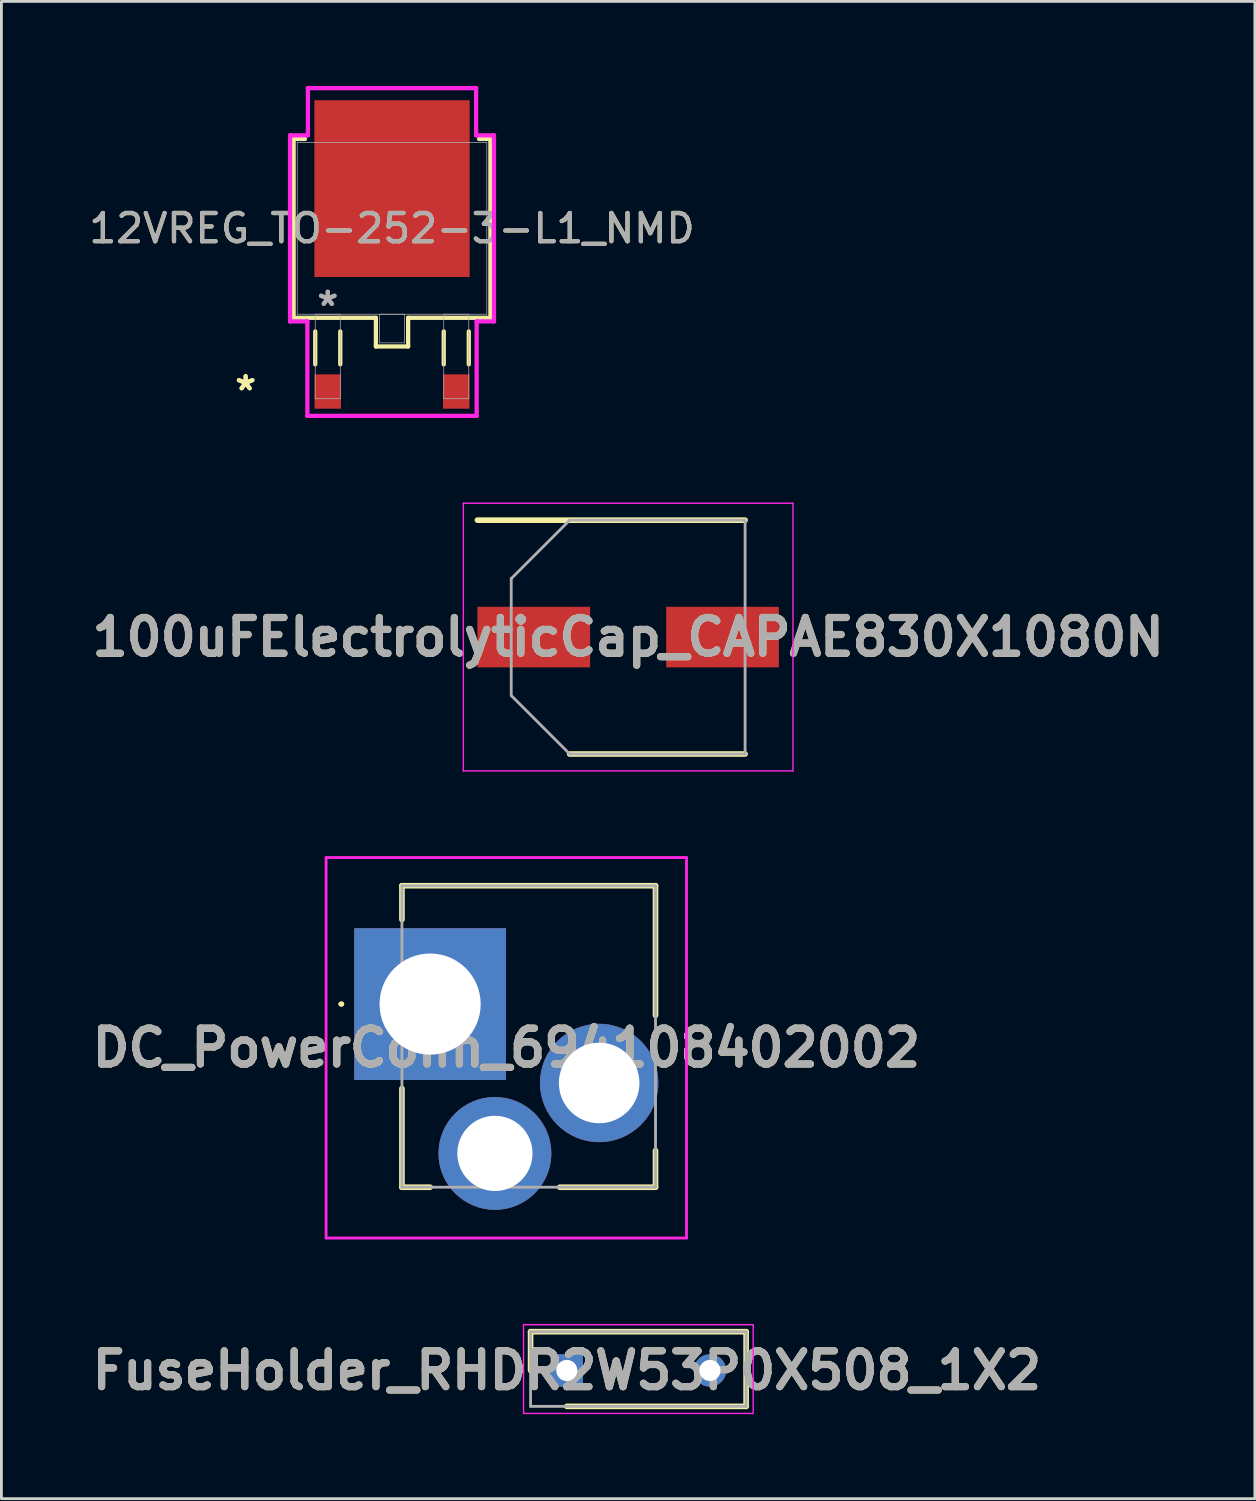
<source format=kicad_pcb>
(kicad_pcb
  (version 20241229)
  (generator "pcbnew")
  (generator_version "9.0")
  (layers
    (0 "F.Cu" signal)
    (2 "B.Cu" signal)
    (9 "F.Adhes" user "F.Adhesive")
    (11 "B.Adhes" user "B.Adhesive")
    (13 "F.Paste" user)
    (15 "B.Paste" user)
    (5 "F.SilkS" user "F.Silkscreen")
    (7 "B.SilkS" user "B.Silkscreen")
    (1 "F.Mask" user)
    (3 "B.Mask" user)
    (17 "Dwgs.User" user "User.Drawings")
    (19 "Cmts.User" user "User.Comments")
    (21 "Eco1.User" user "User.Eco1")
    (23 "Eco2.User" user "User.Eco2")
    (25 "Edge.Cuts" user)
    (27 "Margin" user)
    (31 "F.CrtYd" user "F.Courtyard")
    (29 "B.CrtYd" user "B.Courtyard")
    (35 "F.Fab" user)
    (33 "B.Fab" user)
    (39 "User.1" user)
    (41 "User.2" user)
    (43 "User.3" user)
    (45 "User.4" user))
  (footprint "12VREG_TO-252-3-L1_NMD"
    (layer "F.Cu")
    (at 10.863 5.055)
    (property "Reference" "12VREG_TO-252-3-L1_NMD" (at 0 0 0) (unlocked yes) (layer "F.SilkS") (effects (font (size 1 1) (thickness 0.15))))
    (attr smd)
    (fp_line (start -3.493 -3.175) (end -3.493 3.175) (stroke (width 0.152) (type solid)) (layer "F.SilkS"))
    (fp_line (start -3.493 3.175) (end -0.572 3.175) (stroke (width 0.152) (type solid)) (layer "F.SilkS"))
    (fp_line (start -3.089 -3.175) (end -3.493 -3.175) (stroke (width 0.152) (type solid)) (layer "F.SilkS"))
    (fp_line (start -2.725 3.658) (end -2.725 4.826) (stroke (width 0.152) (type solid)) (layer "F.SilkS"))
    (fp_line (start -1.836 3.658) (end -1.836 4.826) (stroke (width 0.152) (type solid)) (layer "F.SilkS"))
    (fp_line (start -0.572 3.175) (end -0.572 4.191) (stroke (width 0.152) (type solid)) (layer "F.SilkS"))
    (fp_line (start -0.572 4.191) (end 0.572 4.191) (stroke (width 0.152) (type solid)) (layer "F.SilkS"))
    (fp_line (start 0.572 3.175) (end 3.493 3.175) (stroke (width 0.152) (type solid)) (layer "F.SilkS"))
    (fp_line (start 0.572 4.191) (end 0.572 3.175) (stroke (width 0.152) (type solid)) (layer "F.SilkS"))
    (fp_line (start 1.836 3.658) (end 1.836 4.826) (stroke (width 0.152) (type solid)) (layer "F.SilkS"))
    (fp_line (start 2.725 3.658) (end 2.725 4.826) (stroke (width 0.152) (type solid)) (layer "F.SilkS"))
    (fp_line (start 3.493 -3.175) (end 3.089 -3.175) (stroke (width 0.152) (type solid)) (layer "F.SilkS"))
    (fp_line (start 3.493 3.175) (end 3.493 -3.175) (stroke (width 0.152) (type solid)) (layer "F.SilkS"))
    (fp_line (start -3.619 -3.302) (end -2.985 -3.302) (stroke (width 0.152) (type solid)) (layer "F.CrtYd"))
    (fp_line (start -3.619 3.302) (end -3.619 -3.302) (stroke (width 0.152) (type solid)) (layer "F.CrtYd"))
    (fp_line (start -3.004 3.302) (end -3.619 3.302) (stroke (width 0.152) (type solid)) (layer "F.CrtYd"))
    (fp_line (start -3.004 6.655) (end -3.004 3.302) (stroke (width 0.152) (type solid)) (layer "F.CrtYd"))
    (fp_line (start -2.985 -4.978) (end 2.985 -4.978) (stroke (width 0.152) (type solid)) (layer "F.CrtYd"))
    (fp_line (start -2.985 -3.302) (end -2.985 -4.978) (stroke (width 0.152) (type solid)) (layer "F.CrtYd"))
    (fp_line (start 2.985 -4.978) (end 2.985 -3.302) (stroke (width 0.152) (type solid)) (layer "F.CrtYd"))
    (fp_line (start 2.985 -3.302) (end 3.619 -3.302) (stroke (width 0.152) (type solid)) (layer "F.CrtYd"))
    (fp_line (start 3.004 3.302) (end 3.004 6.655) (stroke (width 0.152) (type solid)) (layer "F.CrtYd"))
    (fp_line (start 3.004 6.655) (end -3.004 6.655) (stroke (width 0.152) (type solid)) (layer "F.CrtYd"))
    (fp_line (start 3.619 -3.302) (end 3.619 3.302) (stroke (width 0.152) (type solid)) (layer "F.CrtYd"))
    (fp_line (start 3.619 3.302) (end 3.004 3.302) (stroke (width 0.152) (type solid)) (layer "F.CrtYd"))
    (fp_line (start -3.365 -3.048) (end -3.365 3.048) (stroke (width 0.025) (type solid)) (layer "F.Fab"))
    (fp_line (start -3.365 3.048) (end 3.365 3.048) (stroke (width 0.025) (type solid)) (layer "F.Fab"))
    (fp_line (start -2.725 3.048) (end -2.725 6.045) (stroke (width 0.025) (type solid)) (layer "F.Fab"))
    (fp_line (start -2.725 6.045) (end -1.836 6.045) (stroke (width 0.025) (type solid)) (layer "F.Fab"))
    (fp_line (start -1.836 3.048) (end -2.725 3.048) (stroke (width 0.025) (type solid)) (layer "F.Fab"))
    (fp_line (start -1.836 6.045) (end -1.836 3.048) (stroke (width 0.025) (type solid)) (layer "F.Fab"))
    (fp_line (start -0.445 3.048) (end -0.445 4.064) (stroke (width 0.025) (type solid)) (layer "F.Fab"))
    (fp_line (start -0.445 4.064) (end 0.445 4.064) (stroke (width 0.025) (type solid)) (layer "F.Fab"))
    (fp_line (start 0.445 3.048) (end -0.445 3.048) (stroke (width 0.025) (type solid)) (layer "F.Fab"))
    (fp_line (start 0.445 4.064) (end 0.445 3.048) (stroke (width 0.025) (type solid)) (layer "F.Fab"))
    (fp_line (start 1.836 3.048) (end 1.836 6.045) (stroke (width 0.025) (type solid)) (layer "F.Fab"))
    (fp_line (start 1.836 6.045) (end 2.725 6.045) (stroke (width 0.025) (type solid)) (layer "F.Fab"))
    (fp_line (start 2.725 3.048) (end 1.836 3.048) (stroke (width 0.025) (type solid)) (layer "F.Fab"))
    (fp_line (start 2.725 6.045) (end 2.725 3.048) (stroke (width 0.025) (type solid)) (layer "F.Fab"))
    (fp_line (start 3.365 -3.048) (end -3.365 -3.048) (stroke (width 0.025) (type solid)) (layer "F.Fab"))
    (fp_line (start 3.365 3.048) (end 3.365 -3.048) (stroke (width 0.025) (type solid)) (layer "F.Fab"))
    (fp_text user "*" (at -5.195 5.791 0) (layer "F.SilkS") (effects (font (size 1 1) (thickness 0.15))))
    (fp_text user "*" (at -5.195 5.791 0) (unlocked yes) (layer "F.SilkS") (effects (font (size 1 1) (thickness 0.15))))
    (fp_text user "*" (at -2.28 2.794 0) (unlocked yes) (layer "F.Fab") (effects (font (size 1 1) (thickness 0.15))))
    (fp_text user "*" (at -2.28 2.794 0) (layer "F.Fab") (effects (font (size 1 1) (thickness 0.15))))
    (fp_text user "${REFERENCE}" (at 0 0 0) (unlocked yes) (layer "F.Fab") (effects (font (size 1 1) (thickness 0.15))))
    (pad "1" smd rect (at -2.28 5.791) (size 0.94 1.219) (layers "F.Cu" "F.Mask" "F.Paste"))
    (pad "2" smd rect (at 0 -1.41) (size 5.512 6.274) (layers "F.Cu" "F.Mask" "F.Paste"))
    (pad "3" smd rect (at 2.28 5.791) (size 0.94 1.219) (layers "F.Cu" "F.Mask" "F.Paste")))
  (footprint "FuseHolder_RHDR2W53P0X508_1X2"
    (layer "F.Cu")
    (at 17.066 45.589)
    (property "Reference" "FuseHolder_RHDR2W53P0X508_1X2" (at 0 0 0) (layer "F.SilkS") (effects (font (size 1.27 1.27) (thickness 0.254))))
    (attr through_hole)
    (fp_line (start -1.285 -1.375) (end -1.285 0) (stroke (width 0.2) (type solid)) (layer "F.SilkS"))
    (fp_line (start 0 1.275) (end 6.365 1.275) (stroke (width 0.2) (type solid)) (layer "F.SilkS"))
    (fp_line (start 6.365 -1.375) (end -1.285 -1.375) (stroke (width 0.2) (type solid)) (layer "F.SilkS"))
    (fp_line (start 6.365 1.275) (end 6.365 -1.375) (stroke (width 0.2) (type solid)) (layer "F.SilkS"))
    (fp_line (start -1.535 -1.625) (end 6.615 -1.625) (stroke (width 0.05) (type solid)) (layer "F.CrtYd"))
    (fp_line (start -1.535 1.525) (end -1.535 -1.625) (stroke (width 0.05) (type solid)) (layer "F.CrtYd"))
    (fp_line (start 6.615 -1.625) (end 6.615 1.525) (stroke (width 0.05) (type solid)) (layer "F.CrtYd"))
    (fp_line (start 6.615 1.525) (end -1.535 1.525) (stroke (width 0.05) (type solid)) (layer "F.CrtYd"))
    (fp_line (start -1.285 -1.375) (end 6.365 -1.375) (stroke (width 0.1) (type solid)) (layer "F.Fab"))
    (fp_line (start -1.285 1.275) (end -1.285 -1.375) (stroke (width 0.1) (type solid)) (layer "F.Fab"))
    (fp_line (start 6.365 -1.375) (end 6.365 1.275) (stroke (width 0.1) (type solid)) (layer "F.Fab"))
    (fp_line (start 6.365 1.275) (end -1.285 1.275) (stroke (width 0.1) (type solid)) (layer "F.Fab"))
    (fp_text user "${REFERENCE}" (at 0 0 0) (layer "F.Fab") (effects (font (size 1.27 1.27) (thickness 0.254))))
    (pad "1" thru_hole rect (at 0 0) (size 1.15 1.15) (drill 0.75) (layers "*.Cu" "*.Mask"))
    (pad "2" thru_hole circle (at 5.08 0) (size 1.15 1.15) (drill 0.75) (layers "*.Cu" "*.Mask")))
  (footprint "DC_PowerConn_694108402002"
    (layer "F.Cu")
    (at 12.215 32.586)
    (property "Reference" "DC_PowerConn_694108402002" (at 2.704 1.552 0) (layer "F.SilkS") (effects (font (size 1.27 1.27) (thickness 0.254))))
    (attr through_hole)
    (fp_line (start -3.2 0) (end -3.2 0) (stroke (width 0.1) (type solid)) (layer "F.SilkS"))
    (fp_line (start -3.1 0) (end -3.1 0) (stroke (width 0.1) (type solid)) (layer "F.SilkS"))
    (fp_line (start -1 -4.2) (end 8 -4.2) (stroke (width 0.2) (type solid)) (layer "F.SilkS"))
    (fp_line (start -1 -3) (end -1 -4.2) (stroke (width 0.2) (type solid)) (layer "F.SilkS"))
    (fp_line (start -1 3) (end -1 6.5) (stroke (width 0.2) (type solid)) (layer "F.SilkS"))
    (fp_line (start -1 6.5) (end 0 6.5) (stroke (width 0.2) (type solid)) (layer "F.SilkS"))
    (fp_line (start 8 -4.2) (end 8 0.4) (stroke (width 0.2) (type solid)) (layer "F.SilkS"))
    (fp_line (start 8 5.2) (end 8 6.5) (stroke (width 0.2) (type solid)) (layer "F.SilkS"))
    (fp_line (start 8 6.5) (end 4.6 6.5) (stroke (width 0.2) (type solid)) (layer "F.SilkS"))
    (fp_arc (start -3.2 0) (mid -3.15 -0.05) (end -3.1 0) (stroke (width 0.1) (type solid)) (layer "F.SilkS"))
    (fp_arc (start -3.1 0) (mid -3.15 0.05) (end -3.2 0) (stroke (width 0.1) (type solid)) (layer "F.SilkS"))
    (fp_line (start -3.692 -5.2) (end 9.1 -5.2) (stroke (width 0.1) (type solid)) (layer "F.CrtYd"))
    (fp_line (start -3.692 8.303) (end -3.692 -5.2) (stroke (width 0.1) (type solid)) (layer "F.CrtYd"))
    (fp_line (start 9.1 -5.2) (end 9.1 8.303) (stroke (width 0.1) (type solid)) (layer "F.CrtYd"))
    (fp_line (start 9.1 8.303) (end -3.692 8.303) (stroke (width 0.1) (type solid)) (layer "F.CrtYd"))
    (fp_line (start -1 -4.2) (end 8 -4.2) (stroke (width 0.1) (type solid)) (layer "F.Fab"))
    (fp_line (start -1 6.5) (end -1 -4.2) (stroke (width 0.1) (type solid)) (layer "F.Fab"))
    (fp_line (start 8 -4.2) (end 8 6.5) (stroke (width 0.1) (type solid)) (layer "F.Fab"))
    (fp_line (start 8 6.5) (end -1 6.5) (stroke (width 0.1) (type solid)) (layer "F.Fab"))
    (fp_text user "${REFERENCE}" (at 2.704 1.552 0) (layer "F.Fab") (effects (font (size 1.27 1.27) (thickness 0.254))))
    (pad "1" thru_hole rect (at 0 0) (size 5.385 5.385) (drill 3.59) (layers "*.Cu" "*.Mask"))
    (pad "2" thru_hole circle (at 2.3 5.3) (size 4.005 4.005) (drill 2.67) (layers "*.Cu" "*.Mask"))
    (pad "3" thru_hole circle (at 6 2.8) (size 4.2 4.2) (drill 2.86) (layers "*.Cu" "*.Mask")))
  (footprint "100uFElectrolyticCap_CAPAE830X1080N"
    (layer "F.Cu")
    (at 19.244 19.561)
    (property "Reference" "100uFElectrolyticCap_CAPAE830X1080N" (at 0 0 0) (layer "F.SilkS") (effects (font (size 1.27 1.27) (thickness 0.254))))
    (attr smd)
    (fp_line (start -5.35 -4.15) (end 4.15 -4.15) (stroke (width 0.2) (type solid)) (layer "F.SilkS"))
    (fp_line (start -2.075 4.15) (end 4.15 4.15) (stroke (width 0.2) (type solid)) (layer "F.SilkS"))
    (fp_line (start -5.85 -4.75) (end 5.85 -4.75) (stroke (width 0.05) (type solid)) (layer "F.CrtYd"))
    (fp_line (start -5.85 4.75) (end -5.85 -4.75) (stroke (width 0.05) (type solid)) (layer "F.CrtYd"))
    (fp_line (start 5.85 -4.75) (end 5.85 4.75) (stroke (width 0.05) (type solid)) (layer "F.CrtYd"))
    (fp_line (start 5.85 4.75) (end -5.85 4.75) (stroke (width 0.05) (type solid)) (layer "F.CrtYd"))
    (fp_line (start -4.15 -2.075) (end -4.15 2.075) (stroke (width 0.1) (type solid)) (layer "F.Fab"))
    (fp_line (start -4.15 2.075) (end -2.075 4.15) (stroke (width 0.1) (type solid)) (layer "F.Fab"))
    (fp_line (start -2.075 -4.15) (end -4.15 -2.075) (stroke (width 0.1) (type solid)) (layer "F.Fab"))
    (fp_line (start -2.075 4.15) (end 4.15 4.15) (stroke (width 0.1) (type solid)) (layer "F.Fab"))
    (fp_line (start 4.15 -4.15) (end -2.075 -4.15) (stroke (width 0.1) (type solid)) (layer "F.Fab"))
    (fp_line (start 4.15 4.15) (end 4.15 -4.15) (stroke (width 0.1) (type solid)) (layer "F.Fab"))
    (fp_text user "${REFERENCE}" (at 0 0 0) (layer "F.Fab") (effects (font (size 1.27 1.27) (thickness 0.254))))
    (pad "1" smd rect (at -3.35 0 90) (size 2.15 4) (layers "F.Cu" "F.Mask" "F.Paste"))
    (pad "2" smd rect (at 3.35 0 90) (size 2.15 4) (layers "F.Cu" "F.Mask" "F.Paste")))
  (gr_rect
    (start -3 -3)
    (end 41.487 50.139)
    (stroke (width 0.1) (type default))
    (fill no)
    (layer "Edge.Cuts")))
</source>
